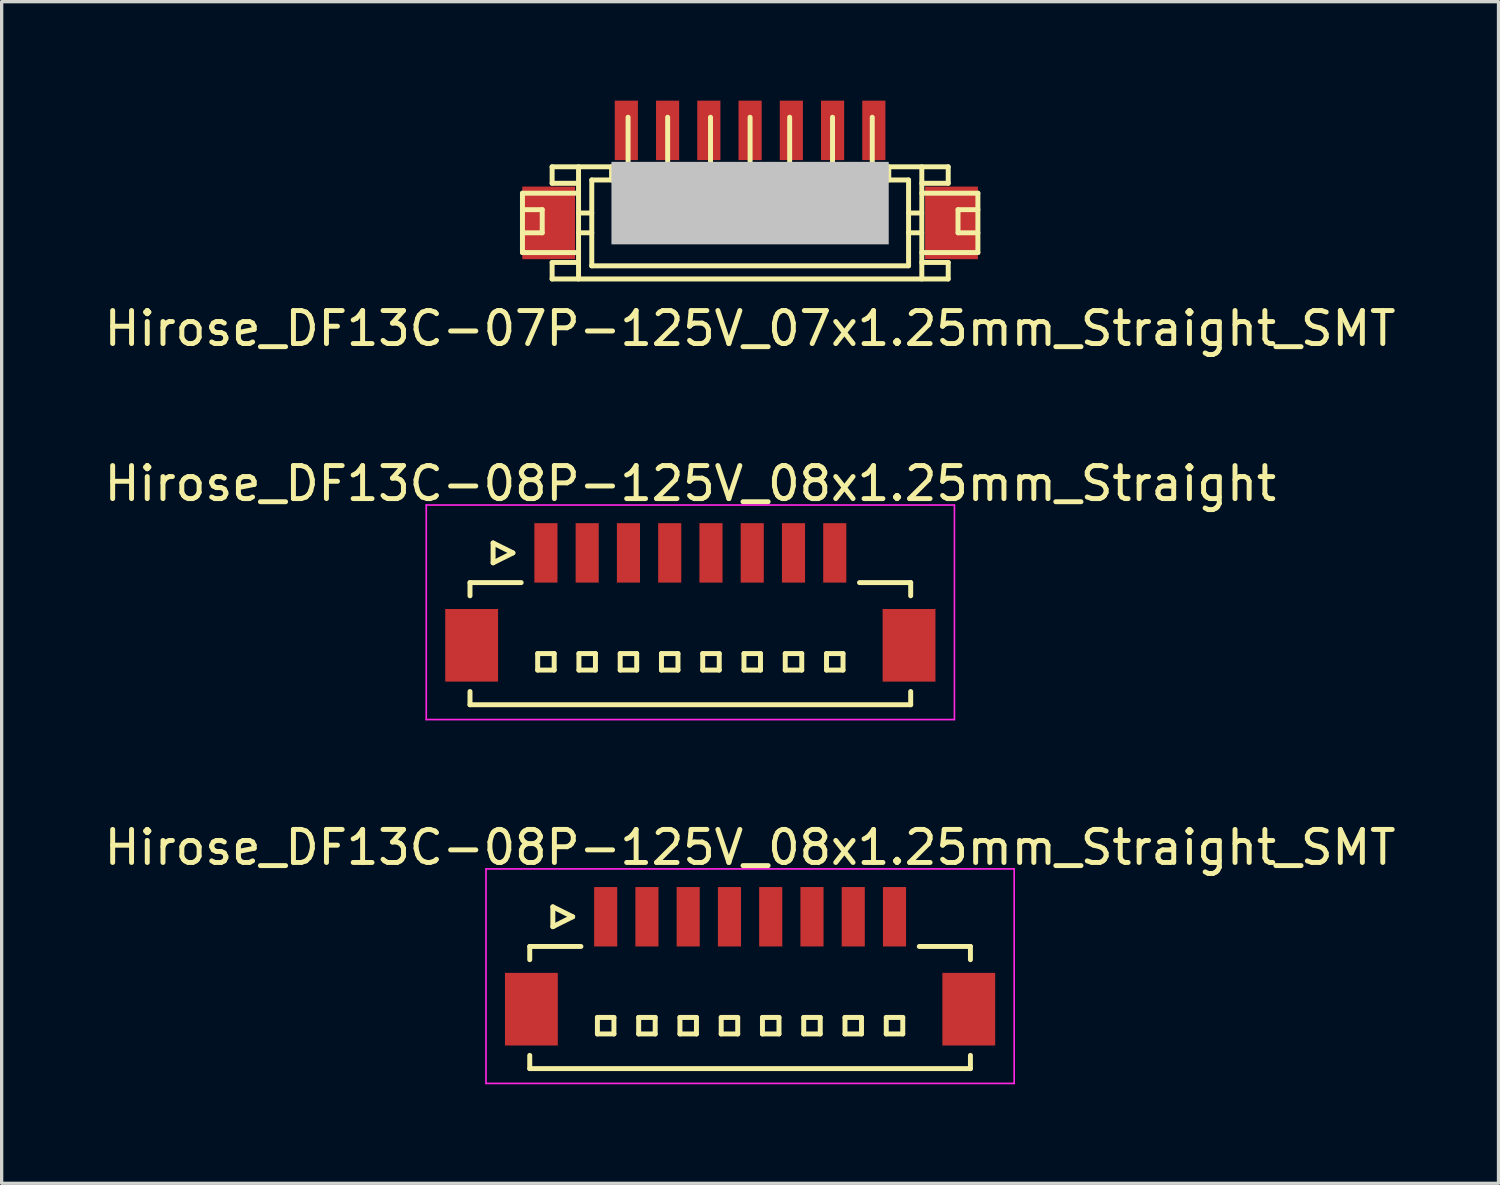
<source format=kicad_pcb>
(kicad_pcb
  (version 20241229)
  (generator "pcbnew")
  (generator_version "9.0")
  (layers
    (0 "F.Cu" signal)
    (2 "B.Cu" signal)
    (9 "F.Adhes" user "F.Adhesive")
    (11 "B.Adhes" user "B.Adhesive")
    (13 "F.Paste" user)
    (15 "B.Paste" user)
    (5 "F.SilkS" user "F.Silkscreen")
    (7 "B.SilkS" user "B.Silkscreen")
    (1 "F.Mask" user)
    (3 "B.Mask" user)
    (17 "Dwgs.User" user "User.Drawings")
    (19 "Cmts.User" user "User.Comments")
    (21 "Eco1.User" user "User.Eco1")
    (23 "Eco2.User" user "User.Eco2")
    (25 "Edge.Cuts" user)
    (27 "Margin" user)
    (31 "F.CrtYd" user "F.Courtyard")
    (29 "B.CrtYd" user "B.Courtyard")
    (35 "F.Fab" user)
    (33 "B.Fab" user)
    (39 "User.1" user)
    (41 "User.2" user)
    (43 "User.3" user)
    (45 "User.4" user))
  (footprint "Hirose_DF13C-08P-125V_08x1.25mm_Straight_SMT"
    (layer "F.Cu")
    (at 19.673 26.122)
    (property "Reference" "Hirose_DF13C-08P-125V_08x1.25mm_Straight_SMT" (at 0 -3.5 0) (layer "F.SilkS") (effects (font (size 1 1) (thickness 0.15))))
    (attr smd)
    (fp_line (start -6.675 -0.5) (end -6.675 -0.1) (stroke (width 0.15) (type solid)) (layer "F.SilkS"))
    (fp_line (start -6.675 -0.5) (end -5.125 -0.5) (stroke (width 0.15) (type solid)) (layer "F.SilkS"))
    (fp_line (start -6.675 3.2) (end -6.675 2.8) (stroke (width 0.15) (type solid)) (layer "F.SilkS"))
    (fp_line (start -6.675 3.2) (end 6.675 3.2) (stroke (width 0.15) (type solid)) (layer "F.SilkS"))
    (fp_line (start -5.975 -1.7) (end -5.975 -1.1) (stroke (width 0.15) (type solid)) (layer "F.SilkS"))
    (fp_line (start -5.975 -1.1) (end -5.375 -1.4) (stroke (width 0.15) (type solid)) (layer "F.SilkS"))
    (fp_line (start -5.375 -1.4) (end -5.975 -1.7) (stroke (width 0.15) (type solid)) (layer "F.SilkS"))
    (fp_line (start -4.625 1.65) (end -4.625 2.15) (stroke (width 0.15) (type solid)) (layer "F.SilkS"))
    (fp_line (start -4.625 2.15) (end -4.125 2.15) (stroke (width 0.15) (type solid)) (layer "F.SilkS"))
    (fp_line (start -4.125 1.65) (end -4.625 1.65) (stroke (width 0.15) (type solid)) (layer "F.SilkS"))
    (fp_line (start -4.125 2.15) (end -4.125 1.65) (stroke (width 0.15) (type solid)) (layer "F.SilkS"))
    (fp_line (start -3.375 1.65) (end -3.375 2.15) (stroke (width 0.15) (type solid)) (layer "F.SilkS"))
    (fp_line (start -3.375 2.15) (end -2.875 2.15) (stroke (width 0.15) (type solid)) (layer "F.SilkS"))
    (fp_line (start -2.875 1.65) (end -3.375 1.65) (stroke (width 0.15) (type solid)) (layer "F.SilkS"))
    (fp_line (start -2.875 2.15) (end -2.875 1.65) (stroke (width 0.15) (type solid)) (layer "F.SilkS"))
    (fp_line (start -2.125 1.65) (end -2.125 2.15) (stroke (width 0.15) (type solid)) (layer "F.SilkS"))
    (fp_line (start -2.125 2.15) (end -1.625 2.15) (stroke (width 0.15) (type solid)) (layer "F.SilkS"))
    (fp_line (start -1.625 1.65) (end -2.125 1.65) (stroke (width 0.15) (type solid)) (layer "F.SilkS"))
    (fp_line (start -1.625 2.15) (end -1.625 1.65) (stroke (width 0.15) (type solid)) (layer "F.SilkS"))
    (fp_line (start -0.875 1.65) (end -0.875 2.15) (stroke (width 0.15) (type solid)) (layer "F.SilkS"))
    (fp_line (start -0.875 2.15) (end -0.375 2.15) (stroke (width 0.15) (type solid)) (layer "F.SilkS"))
    (fp_line (start -0.375 1.65) (end -0.875 1.65) (stroke (width 0.15) (type solid)) (layer "F.SilkS"))
    (fp_line (start -0.375 2.15) (end -0.375 1.65) (stroke (width 0.15) (type solid)) (layer "F.SilkS"))
    (fp_line (start 0.375 1.65) (end 0.375 2.15) (stroke (width 0.15) (type solid)) (layer "F.SilkS"))
    (fp_line (start 0.375 2.15) (end 0.875 2.15) (stroke (width 0.15) (type solid)) (layer "F.SilkS"))
    (fp_line (start 0.875 1.65) (end 0.375 1.65) (stroke (width 0.15) (type solid)) (layer "F.SilkS"))
    (fp_line (start 0.875 2.15) (end 0.875 1.65) (stroke (width 0.15) (type solid)) (layer "F.SilkS"))
    (fp_line (start 1.625 1.65) (end 1.625 2.15) (stroke (width 0.15) (type solid)) (layer "F.SilkS"))
    (fp_line (start 1.625 2.15) (end 2.125 2.15) (stroke (width 0.15) (type solid)) (layer "F.SilkS"))
    (fp_line (start 2.125 1.65) (end 1.625 1.65) (stroke (width 0.15) (type solid)) (layer "F.SilkS"))
    (fp_line (start 2.125 2.15) (end 2.125 1.65) (stroke (width 0.15) (type solid)) (layer "F.SilkS"))
    (fp_line (start 2.875 1.65) (end 2.875 2.15) (stroke (width 0.15) (type solid)) (layer "F.SilkS"))
    (fp_line (start 2.875 2.15) (end 3.375 2.15) (stroke (width 0.15) (type solid)) (layer "F.SilkS"))
    (fp_line (start 3.375 1.65) (end 2.875 1.65) (stroke (width 0.15) (type solid)) (layer "F.SilkS"))
    (fp_line (start 3.375 2.15) (end 3.375 1.65) (stroke (width 0.15) (type solid)) (layer "F.SilkS"))
    (fp_line (start 4.125 1.65) (end 4.125 2.15) (stroke (width 0.15) (type solid)) (layer "F.SilkS"))
    (fp_line (start 4.125 2.15) (end 4.625 2.15) (stroke (width 0.15) (type solid)) (layer "F.SilkS"))
    (fp_line (start 4.625 1.65) (end 4.125 1.65) (stroke (width 0.15) (type solid)) (layer "F.SilkS"))
    (fp_line (start 4.625 2.15) (end 4.625 1.65) (stroke (width 0.15) (type solid)) (layer "F.SilkS"))
    (fp_line (start 6.675 -0.5) (end 5.125 -0.5) (stroke (width 0.15) (type solid)) (layer "F.SilkS"))
    (fp_line (start 6.675 -0.5) (end 6.675 -0.1) (stroke (width 0.15) (type solid)) (layer "F.SilkS"))
    (fp_line (start 6.675 3.2) (end 6.675 2.8) (stroke (width 0.15) (type solid)) (layer "F.SilkS"))
    (fp_line (start -8 -2.85) (end -8 3.65) (stroke (width 0.05) (type solid)) (layer "F.CrtYd"))
    (fp_line (start -8 3.65) (end 8 3.65) (stroke (width 0.05) (type solid)) (layer "F.CrtYd"))
    (fp_line (start 8 -2.85) (end -8 -2.85) (stroke (width 0.05) (type solid)) (layer "F.CrtYd"))
    (fp_line (start 8 3.65) (end 8 -2.85) (stroke (width 0.05) (type solid)) (layer "F.CrtYd"))
    (pad "" smd rect (at -6.625 1.4) (size 1.6 2.2) (layers "F.Cu" "F.Mask" "F.Paste"))
    (pad "" smd rect (at 6.625 1.4) (size 1.6 2.2) (layers "F.Cu" "F.Mask" "F.Paste"))
    (pad "1" smd rect (at -4.375 -1.4) (size 0.7 1.8) (layers "F.Cu" "F.Mask" "F.Paste"))
    (pad "2" smd rect (at -3.125 -1.4) (size 0.7 1.8) (layers "F.Cu" "F.Mask" "F.Paste"))
    (pad "3" smd rect (at -1.875 -1.4) (size 0.7 1.8) (layers "F.Cu" "F.Mask" "F.Paste"))
    (pad "4" smd rect (at -0.625 -1.4) (size 0.7 1.8) (layers "F.Cu" "F.Mask" "F.Paste"))
    (pad "5" smd rect (at 0.625 -1.4) (size 0.7 1.8) (layers "F.Cu" "F.Mask" "F.Paste"))
    (pad "6" smd rect (at 1.875 -1.4) (size 0.7 1.8) (layers "F.Cu" "F.Mask" "F.Paste"))
    (pad "7" smd rect (at 3.125 -1.4) (size 0.7 1.8) (layers "F.Cu" "F.Mask" "F.Paste"))
    (pad "8" smd rect (at 4.375 -1.4) (size 0.7 1.8) (layers "F.Cu" "F.Mask" "F.Paste")))
  (footprint "Hirose_DF13C-07P-125V_07x1.25mm_Straight_SMT"
    (layer "F.Cu")
    (at 19.673 2.902)
    (property "Reference" "Hirose_DF13C-07P-125V_07x1.25mm_Straight_SMT" (at 0 4 0) (layer "F.SilkS") (effects (font (size 1 1) (thickness 0.15))))
    (attr smd)
    (fp_line (start -6.896 -0.099) (end -5.197 -0.099) (stroke (width 0.15) (type solid)) (layer "F.SilkS"))
    (fp_line (start -6.896 0.399) (end -6.297 0.399) (stroke (width 0.15) (type solid)) (layer "F.SilkS"))
    (fp_line (start -6.896 1.699) (end -6.896 -0.099) (stroke (width 0.15) (type solid)) (layer "F.SilkS"))
    (fp_line (start -6.896 1.699) (end -5.197 1.699) (stroke (width 0.15) (type solid)) (layer "F.SilkS"))
    (fp_line (start -6.297 0.399) (end -6.297 1.1) (stroke (width 0.15) (type solid)) (layer "F.SilkS"))
    (fp_line (start -6.297 1.1) (end -6.896 1.1) (stroke (width 0.15) (type solid)) (layer "F.SilkS"))
    (fp_line (start -5.999 -0.899) (end 5.999 -0.899) (stroke (width 0.15) (type solid)) (layer "F.SilkS"))
    (fp_line (start -5.999 2.499) (end 5.999 2.499) (stroke (width 0.15) (type solid)) (layer "F.SilkS"))
    (fp_line (start -5.997 -0.399) (end -5.997 -0.899) (stroke (width 0.15) (type solid)) (layer "F.SilkS"))
    (fp_line (start -5.997 2.499) (end -5.997 1.999) (stroke (width 0.15) (type solid)) (layer "F.SilkS"))
    (fp_line (start -5.197 -0.899) (end -5.197 2.499) (stroke (width 0.15) (type solid)) (layer "F.SilkS"))
    (fp_line (start -5.197 -0.399) (end -5.997 -0.399) (stroke (width 0.15) (type solid)) (layer "F.SilkS"))
    (fp_line (start -5.197 0.5) (end -4.796 0.5) (stroke (width 0.15) (type solid)) (layer "F.SilkS"))
    (fp_line (start -5.197 1.1) (end -4.796 1.1) (stroke (width 0.15) (type solid)) (layer "F.SilkS"))
    (fp_line (start -5.197 1.999) (end -5.997 1.999) (stroke (width 0.15) (type solid)) (layer "F.SilkS"))
    (fp_line (start -4.796 -0.5) (end -4.196 -0.5) (stroke (width 0.15) (type solid)) (layer "F.SilkS"))
    (fp_line (start -4.796 2.101) (end -4.796 -0.5) (stroke (width 0.15) (type solid)) (layer "F.SilkS"))
    (fp_line (start -4.196 -0.902) (end -4.196 -0.5) (stroke (width 0.15) (type solid)) (layer "F.SilkS"))
    (fp_line (start -3.797 0.998) (end -3.797 1.199) (stroke (width 0.15) (type solid)) (layer "F.SilkS"))
    (fp_line (start -3.797 1.199) (end -3.597 1.199) (stroke (width 0.15) (type solid)) (layer "F.SilkS"))
    (fp_line (start -3.696 -0.902) (end -3.696 -2.4) (stroke (width 0.15) (type solid)) (layer "F.SilkS"))
    (fp_line (start -3.597 0.998) (end -3.797 0.998) (stroke (width 0.15) (type solid)) (layer "F.SilkS"))
    (fp_line (start -3.597 1.199) (end -3.597 0.998) (stroke (width 0.15) (type solid)) (layer "F.SilkS"))
    (fp_line (start -2.598 1.001) (end -2.4 1.001) (stroke (width 0.15) (type solid)) (layer "F.SilkS"))
    (fp_line (start -2.598 1.199) (end -2.598 1.001) (stroke (width 0.15) (type solid)) (layer "F.SilkS"))
    (fp_line (start -2.497 -0.899) (end -2.497 -2.4) (stroke (width 0.15) (type solid)) (layer "F.SilkS"))
    (fp_line (start -2.4 1.001) (end -2.4 1.199) (stroke (width 0.15) (type solid)) (layer "F.SilkS"))
    (fp_line (start -2.4 1.199) (end -2.598 1.199) (stroke (width 0.15) (type solid)) (layer "F.SilkS"))
    (fp_line (start -1.298 1.001) (end -1.1 1.001) (stroke (width 0.15) (type solid)) (layer "F.SilkS"))
    (fp_line (start -1.298 1.199) (end -1.298 1.001) (stroke (width 0.15) (type solid)) (layer "F.SilkS"))
    (fp_line (start -1.199 -2.4) (end -1.199 -0.899) (stroke (width 0.15) (type solid)) (layer "F.SilkS"))
    (fp_line (start -1.1 1.001) (end -1.1 1.199) (stroke (width 0.15) (type solid)) (layer "F.SilkS"))
    (fp_line (start -1.1 1.199) (end -1.298 1.199) (stroke (width 0.15) (type solid)) (layer "F.SilkS"))
    (fp_line (start -0.099 1.001) (end 0.099 1.001) (stroke (width 0.15) (type solid)) (layer "F.SilkS"))
    (fp_line (start -0.099 1.199) (end -0.099 1.001) (stroke (width 0.15) (type solid)) (layer "F.SilkS"))
    (fp_line (start 0 -0.899) (end 0 -2.4) (stroke (width 0.15) (type solid)) (layer "F.SilkS"))
    (fp_line (start 0.099 1.001) (end 0.099 1.199) (stroke (width 0.15) (type solid)) (layer "F.SilkS"))
    (fp_line (start 0.099 1.199) (end -0.099 1.199) (stroke (width 0.15) (type solid)) (layer "F.SilkS"))
    (fp_line (start 1.097 1.001) (end 1.298 1.001) (stroke (width 0.15) (type solid)) (layer "F.SilkS"))
    (fp_line (start 1.097 1.199) (end 1.097 1.001) (stroke (width 0.15) (type solid)) (layer "F.SilkS"))
    (fp_line (start 1.199 -0.899) (end 1.199 -2.4) (stroke (width 0.15) (type solid)) (layer "F.SilkS"))
    (fp_line (start 1.298 1.001) (end 1.298 1.199) (stroke (width 0.15) (type solid)) (layer "F.SilkS"))
    (fp_line (start 1.298 1.199) (end 1.097 1.199) (stroke (width 0.15) (type solid)) (layer "F.SilkS"))
    (fp_line (start 2.398 1.001) (end 2.596 1.001) (stroke (width 0.15) (type solid)) (layer "F.SilkS"))
    (fp_line (start 2.398 1.199) (end 2.398 1.001) (stroke (width 0.15) (type solid)) (layer "F.SilkS"))
    (fp_line (start 2.497 -0.899) (end 2.497 -2.4) (stroke (width 0.15) (type solid)) (layer "F.SilkS"))
    (fp_line (start 2.596 1.001) (end 2.596 1.199) (stroke (width 0.15) (type solid)) (layer "F.SilkS"))
    (fp_line (start 2.596 1.199) (end 2.398 1.199) (stroke (width 0.15) (type solid)) (layer "F.SilkS"))
    (fp_line (start 3.602 0.998) (end 3.802 0.998) (stroke (width 0.15) (type solid)) (layer "F.SilkS"))
    (fp_line (start 3.602 1.199) (end 3.602 0.998) (stroke (width 0.15) (type solid)) (layer "F.SilkS"))
    (fp_line (start 3.701 -0.902) (end 3.701 -2.4) (stroke (width 0.15) (type solid)) (layer "F.SilkS"))
    (fp_line (start 3.802 0.998) (end 3.802 1.199) (stroke (width 0.15) (type solid)) (layer "F.SilkS"))
    (fp_line (start 3.802 1.199) (end 3.602 1.199) (stroke (width 0.15) (type solid)) (layer "F.SilkS"))
    (fp_line (start 4.201 -0.5) (end 4.201 -0.902) (stroke (width 0.15) (type solid)) (layer "F.SilkS"))
    (fp_line (start 4.798 1.1) (end 5.199 1.1) (stroke (width 0.15) (type solid)) (layer "F.SilkS"))
    (fp_line (start 4.801 -0.5) (end 4.201 -0.5) (stroke (width 0.15) (type solid)) (layer "F.SilkS"))
    (fp_line (start 4.801 2.098) (end 4.801 -0.5) (stroke (width 0.15) (type solid)) (layer "F.SilkS"))
    (fp_line (start 4.801 2.101) (end -4.801 2.101) (stroke (width 0.15) (type solid)) (layer "F.SilkS"))
    (fp_line (start 5.199 0.5) (end 4.798 0.5) (stroke (width 0.15) (type solid)) (layer "F.SilkS"))
    (fp_line (start 5.202 -0.899) (end 5.202 2.499) (stroke (width 0.15) (type solid)) (layer "F.SilkS"))
    (fp_line (start 6.002 -0.399) (end 5.202 -0.399) (stroke (width 0.15) (type solid)) (layer "F.SilkS"))
    (fp_line (start 6.002 -0.399) (end 6.002 -0.899) (stroke (width 0.15) (type solid)) (layer "F.SilkS"))
    (fp_line (start 6.002 1.999) (end 5.202 1.999) (stroke (width 0.15) (type solid)) (layer "F.SilkS"))
    (fp_line (start 6.002 2.499) (end 6.002 1.999) (stroke (width 0.15) (type solid)) (layer "F.SilkS"))
    (fp_line (start 6.299 0.399) (end 6.299 1.1) (stroke (width 0.15) (type solid)) (layer "F.SilkS"))
    (fp_line (start 6.302 0.399) (end 6.901 0.399) (stroke (width 0.15) (type solid)) (layer "F.SilkS"))
    (fp_line (start 6.302 1.1) (end 6.901 1.1) (stroke (width 0.15) (type solid)) (layer "F.SilkS"))
    (fp_line (start 6.901 -0.099) (end 5.202 -0.099) (stroke (width 0.15) (type solid)) (layer "F.SilkS"))
    (fp_line (start 6.901 -0.099) (end 6.901 1.699) (stroke (width 0.15) (type solid)) (layer "F.SilkS"))
    (fp_line (start 6.901 1.699) (end 5.202 1.699) (stroke (width 0.15) (type solid)) (layer "F.SilkS"))
    (pad "" smd rect (at -6.101 0.8) (size 1.6 2.2) (layers "F.Cu" "F.Mask" "F.Paste"))
    (pad "" smd rect (at 0 0.201) (size 8.4 2.499) (layers "Dwgs.User"))
    (pad "" smd rect (at 6.101 0.8) (size 1.6 2.2) (layers "F.Cu" "F.Mask" "F.Paste"))
    (pad "1" smd rect (at -3.749 -2.002) (size 0.701 1.801) (layers "F.Cu" "F.Mask" "F.Paste"))
    (pad "2" smd rect (at -2.499 -2.002) (size 0.701 1.801) (layers "F.Cu" "F.Mask" "F.Paste"))
    (pad "3" smd rect (at -1.25 -2.002) (size 0.701 1.801) (layers "F.Cu" "F.Mask" "F.Paste"))
    (pad "4" smd rect (at 0 -2.002) (size 0.701 1.801) (layers "F.Cu" "F.Mask" "F.Paste"))
    (pad "5" smd rect (at 1.25 -2.002) (size 0.701 1.801) (layers "F.Cu" "F.Mask" "F.Paste"))
    (pad "6" smd rect (at 2.499 -2.002) (size 0.701 1.801) (layers "F.Cu" "F.Mask" "F.Paste"))
    (pad "7" smd rect (at 3.749 -2.002) (size 0.701 1.801) (layers "F.Cu" "F.Mask" "F.Paste")))
  (footprint "Hirose_DF13C-08P-125V_08x1.25mm_Straight"
    (layer "F.Cu")
    (at 17.863 15.099)
    (property "Reference" "Hirose_DF13C-08P-125V_08x1.25mm_Straight" (at 0 -3.5 0) (layer "F.SilkS") (effects (font (size 1 1) (thickness 0.15))))
    (attr smd)
    (fp_line (start -6.675 -0.5) (end -6.675 -0.1) (stroke (width 0.15) (type solid)) (layer "F.SilkS"))
    (fp_line (start -6.675 -0.5) (end -5.125 -0.5) (stroke (width 0.15) (type solid)) (layer "F.SilkS"))
    (fp_line (start -6.675 3.2) (end -6.675 2.8) (stroke (width 0.15) (type solid)) (layer "F.SilkS"))
    (fp_line (start -6.675 3.2) (end 6.675 3.2) (stroke (width 0.15) (type solid)) (layer "F.SilkS"))
    (fp_line (start -5.975 -1.7) (end -5.975 -1.1) (stroke (width 0.15) (type solid)) (layer "F.SilkS"))
    (fp_line (start -5.975 -1.1) (end -5.375 -1.4) (stroke (width 0.15) (type solid)) (layer "F.SilkS"))
    (fp_line (start -5.375 -1.4) (end -5.975 -1.7) (stroke (width 0.15) (type solid)) (layer "F.SilkS"))
    (fp_line (start -4.625 1.65) (end -4.625 2.15) (stroke (width 0.15) (type solid)) (layer "F.SilkS"))
    (fp_line (start -4.625 2.15) (end -4.125 2.15) (stroke (width 0.15) (type solid)) (layer "F.SilkS"))
    (fp_line (start -4.125 1.65) (end -4.625 1.65) (stroke (width 0.15) (type solid)) (layer "F.SilkS"))
    (fp_line (start -4.125 2.15) (end -4.125 1.65) (stroke (width 0.15) (type solid)) (layer "F.SilkS"))
    (fp_line (start -3.375 1.65) (end -3.375 2.15) (stroke (width 0.15) (type solid)) (layer "F.SilkS"))
    (fp_line (start -3.375 2.15) (end -2.875 2.15) (stroke (width 0.15) (type solid)) (layer "F.SilkS"))
    (fp_line (start -2.875 1.65) (end -3.375 1.65) (stroke (width 0.15) (type solid)) (layer "F.SilkS"))
    (fp_line (start -2.875 2.15) (end -2.875 1.65) (stroke (width 0.15) (type solid)) (layer "F.SilkS"))
    (fp_line (start -2.125 1.65) (end -2.125 2.15) (stroke (width 0.15) (type solid)) (layer "F.SilkS"))
    (fp_line (start -2.125 2.15) (end -1.625 2.15) (stroke (width 0.15) (type solid)) (layer "F.SilkS"))
    (fp_line (start -1.625 1.65) (end -2.125 1.65) (stroke (width 0.15) (type solid)) (layer "F.SilkS"))
    (fp_line (start -1.625 2.15) (end -1.625 1.65) (stroke (width 0.15) (type solid)) (layer "F.SilkS"))
    (fp_line (start -0.875 1.65) (end -0.875 2.15) (stroke (width 0.15) (type solid)) (layer "F.SilkS"))
    (fp_line (start -0.875 2.15) (end -0.375 2.15) (stroke (width 0.15) (type solid)) (layer "F.SilkS"))
    (fp_line (start -0.375 1.65) (end -0.875 1.65) (stroke (width 0.15) (type solid)) (layer "F.SilkS"))
    (fp_line (start -0.375 2.15) (end -0.375 1.65) (stroke (width 0.15) (type solid)) (layer "F.SilkS"))
    (fp_line (start 0.375 1.65) (end 0.375 2.15) (stroke (width 0.15) (type solid)) (layer "F.SilkS"))
    (fp_line (start 0.375 2.15) (end 0.875 2.15) (stroke (width 0.15) (type solid)) (layer "F.SilkS"))
    (fp_line (start 0.875 1.65) (end 0.375 1.65) (stroke (width 0.15) (type solid)) (layer "F.SilkS"))
    (fp_line (start 0.875 2.15) (end 0.875 1.65) (stroke (width 0.15) (type solid)) (layer "F.SilkS"))
    (fp_line (start 1.625 1.65) (end 1.625 2.15) (stroke (width 0.15) (type solid)) (layer "F.SilkS"))
    (fp_line (start 1.625 2.15) (end 2.125 2.15) (stroke (width 0.15) (type solid)) (layer "F.SilkS"))
    (fp_line (start 2.125 1.65) (end 1.625 1.65) (stroke (width 0.15) (type solid)) (layer "F.SilkS"))
    (fp_line (start 2.125 2.15) (end 2.125 1.65) (stroke (width 0.15) (type solid)) (layer "F.SilkS"))
    (fp_line (start 2.875 1.65) (end 2.875 2.15) (stroke (width 0.15) (type solid)) (layer "F.SilkS"))
    (fp_line (start 2.875 2.15) (end 3.375 2.15) (stroke (width 0.15) (type solid)) (layer "F.SilkS"))
    (fp_line (start 3.375 1.65) (end 2.875 1.65) (stroke (width 0.15) (type solid)) (layer "F.SilkS"))
    (fp_line (start 3.375 2.15) (end 3.375 1.65) (stroke (width 0.15) (type solid)) (layer "F.SilkS"))
    (fp_line (start 4.125 1.65) (end 4.125 2.15) (stroke (width 0.15) (type solid)) (layer "F.SilkS"))
    (fp_line (start 4.125 2.15) (end 4.625 2.15) (stroke (width 0.15) (type solid)) (layer "F.SilkS"))
    (fp_line (start 4.625 1.65) (end 4.125 1.65) (stroke (width 0.15) (type solid)) (layer "F.SilkS"))
    (fp_line (start 4.625 2.15) (end 4.625 1.65) (stroke (width 0.15) (type solid)) (layer "F.SilkS"))
    (fp_line (start 6.675 -0.5) (end 5.125 -0.5) (stroke (width 0.15) (type solid)) (layer "F.SilkS"))
    (fp_line (start 6.675 -0.5) (end 6.675 -0.1) (stroke (width 0.15) (type solid)) (layer "F.SilkS"))
    (fp_line (start 6.675 3.2) (end 6.675 2.8) (stroke (width 0.15) (type solid)) (layer "F.SilkS"))
    (fp_line (start -8 -2.85) (end -8 3.65) (stroke (width 0.05) (type solid)) (layer "F.CrtYd"))
    (fp_line (start -8 3.65) (end 8 3.65) (stroke (width 0.05) (type solid)) (layer "F.CrtYd"))
    (fp_line (start 8 -2.85) (end -8 -2.85) (stroke (width 0.05) (type solid)) (layer "F.CrtYd"))
    (fp_line (start 8 3.65) (end 8 -2.85) (stroke (width 0.05) (type solid)) (layer "F.CrtYd"))
    (pad "" smd rect (at -6.625 1.4) (size 1.6 2.2) (layers "F.Cu" "F.Mask" "F.Paste"))
    (pad "" smd rect (at 6.625 1.4) (size 1.6 2.2) (layers "F.Cu" "F.Mask" "F.Paste"))
    (pad "1" smd rect (at -4.375 -1.4) (size 0.7 1.8) (layers "F.Cu" "F.Mask" "F.Paste"))
    (pad "2" smd rect (at -3.125 -1.4) (size 0.7 1.8) (layers "F.Cu" "F.Mask" "F.Paste"))
    (pad "3" smd rect (at -1.875 -1.4) (size 0.7 1.8) (layers "F.Cu" "F.Mask" "F.Paste"))
    (pad "4" smd rect (at -0.625 -1.4) (size 0.7 1.8) (layers "F.Cu" "F.Mask" "F.Paste"))
    (pad "5" smd rect (at 0.625 -1.4) (size 0.7 1.8) (layers "F.Cu" "F.Mask" "F.Paste"))
    (pad "6" smd rect (at 1.875 -1.4) (size 0.7 1.8) (layers "F.Cu" "F.Mask" "F.Paste"))
    (pad "7" smd rect (at 3.125 -1.4) (size 0.7 1.8) (layers "F.Cu" "F.Mask" "F.Paste"))
    (pad "8" smd rect (at 4.375 -1.4) (size 0.7 1.8) (layers "F.Cu" "F.Mask" "F.Paste")))
  (gr_rect
    (start -3 -3)
    (end 42.345 32.797)
    (stroke (width 0.1) (type default))
    (fill no)
    (layer "Edge.Cuts")))
</source>
